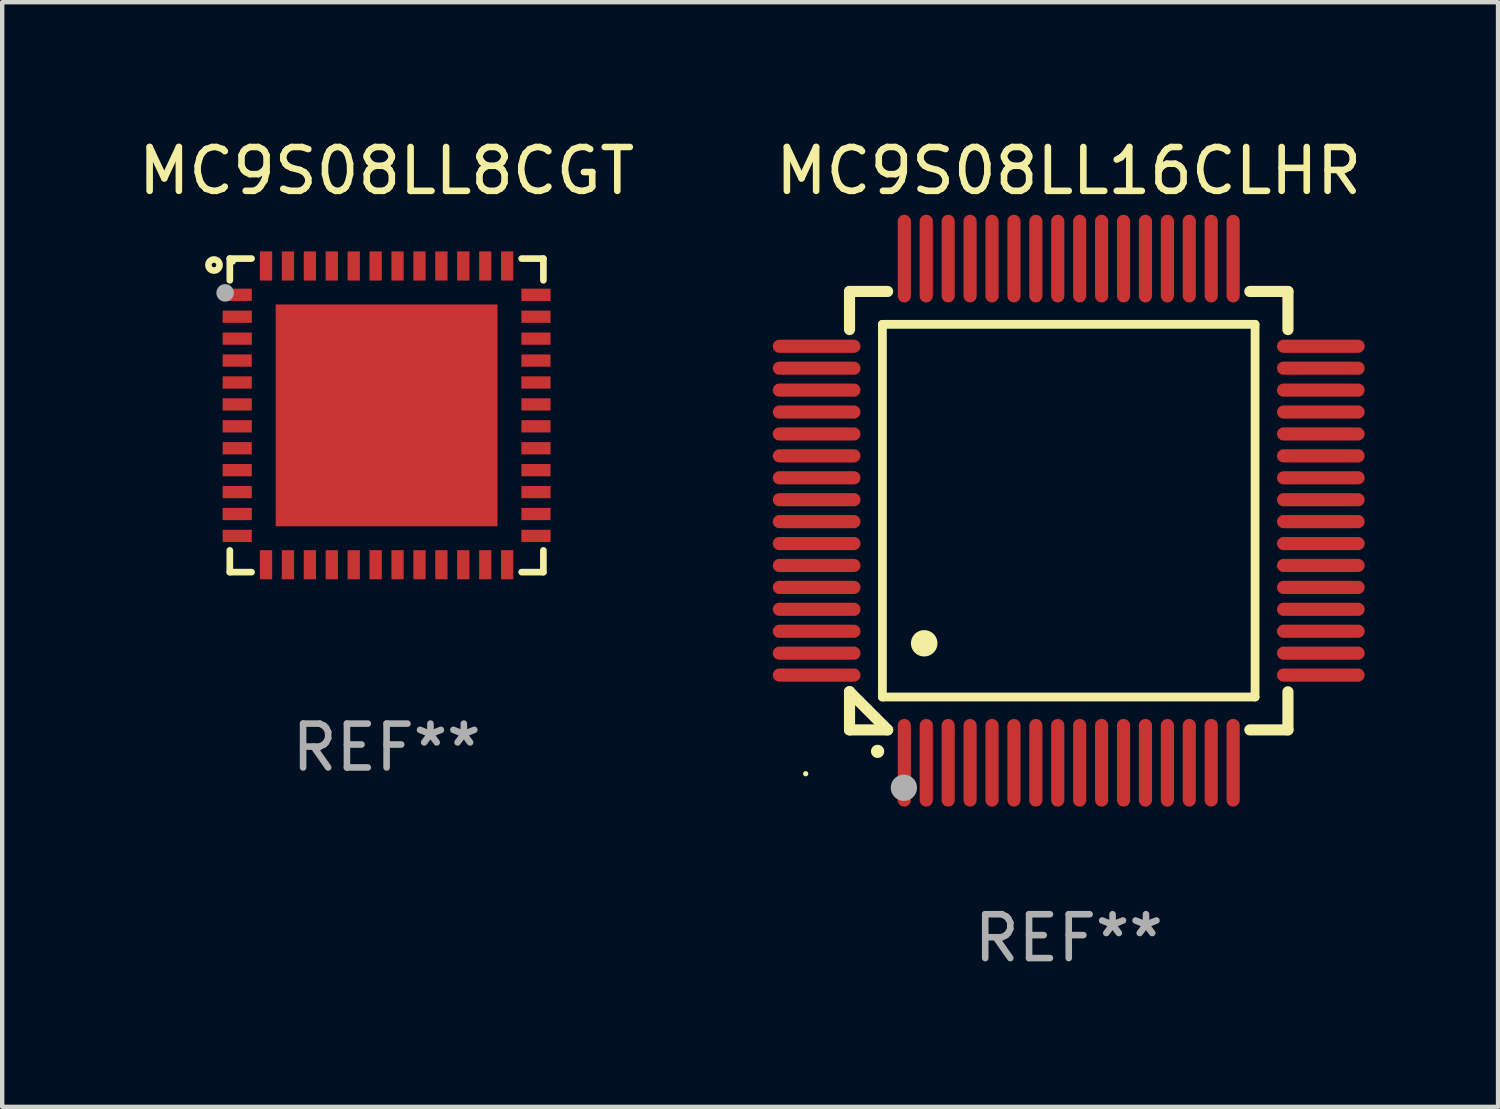
<source format=kicad_pcb>
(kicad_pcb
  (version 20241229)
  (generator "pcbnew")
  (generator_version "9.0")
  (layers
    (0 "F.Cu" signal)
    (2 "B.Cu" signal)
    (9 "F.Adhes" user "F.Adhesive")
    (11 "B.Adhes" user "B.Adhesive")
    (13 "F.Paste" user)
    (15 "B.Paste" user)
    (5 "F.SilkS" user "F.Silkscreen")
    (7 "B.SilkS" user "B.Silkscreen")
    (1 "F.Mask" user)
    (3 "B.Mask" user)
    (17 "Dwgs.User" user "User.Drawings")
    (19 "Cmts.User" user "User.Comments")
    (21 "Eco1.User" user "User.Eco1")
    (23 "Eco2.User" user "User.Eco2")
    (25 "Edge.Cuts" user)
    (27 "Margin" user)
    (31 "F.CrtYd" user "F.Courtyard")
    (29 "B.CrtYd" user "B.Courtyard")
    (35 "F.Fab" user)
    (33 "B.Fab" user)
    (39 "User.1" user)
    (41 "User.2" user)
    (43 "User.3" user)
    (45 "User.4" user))
  (footprint "MC9S08LL8CGT"
    (layer "F.Cu")
    (at 5.768 6.424)
    (property "Reference" "MC9S08LL8CGT" (at 0 -5.576 0) (layer "F.SilkS") (effects (font (size 1 1) (thickness 0.15))))
    (attr through_hole)
    (fp_line (start -3.576 -3.576) (end -3.576 -3.08) (stroke (width 0.152) (type solid)) (layer "F.SilkS"))
    (fp_line (start -3.576 3.576) (end -3.576 3.08) (stroke (width 0.152) (type solid)) (layer "F.SilkS"))
    (fp_line (start -3.08 -3.576) (end -3.576 -3.576) (stroke (width 0.152) (type solid)) (layer "F.SilkS"))
    (fp_line (start -3.08 3.576) (end -3.576 3.576) (stroke (width 0.152) (type solid)) (layer "F.SilkS"))
    (fp_line (start 3.08 -3.576) (end 3.576 -3.576) (stroke (width 0.152) (type solid)) (layer "F.SilkS"))
    (fp_line (start 3.08 3.576) (end 3.576 3.576) (stroke (width 0.152) (type solid)) (layer "F.SilkS"))
    (fp_line (start 3.576 -3.576) (end 3.576 -3.08) (stroke (width 0.152) (type solid)) (layer "F.SilkS"))
    (fp_line (start 3.576 3.576) (end 3.576 3.08) (stroke (width 0.152) (type solid)) (layer "F.SilkS"))
    (fp_circle (center -3.937 -3.429) (end -3.81 -3.429) (stroke (width 0.15) (type solid)) (fill no) (layer "F.SilkS"))
    (fp_circle (center -3.5 -3.5) (end -3.47 -3.5) (stroke (width 0.06) (type solid)) (fill no) (layer "F.SilkS"))
    (fp_circle (center -3.683 -2.794) (end -3.583 -2.794) (stroke (width 0.2) (type solid)) (fill no) (layer "F.Fab"))
    (fp_text user "REF**" (at 0 7.576 0) (layer "F.Fab") (effects (font (size 1 1) (thickness 0.15))))
    (pad "1" smd rect (at -3.407 -2.75) (size 0.665 0.28) (layers "F.Cu" "F.Mask" "F.Paste"))
    (pad "2" smd rect (at -3.407 -2.25) (size 0.665 0.28) (layers "F.Cu" "F.Mask" "F.Paste"))
    (pad "3" smd rect (at -3.407 -1.75) (size 0.665 0.28) (layers "F.Cu" "F.Mask" "F.Paste"))
    (pad "4" smd rect (at -3.407 -1.25) (size 0.665 0.28) (layers "F.Cu" "F.Mask" "F.Paste"))
    (pad "5" smd rect (at -3.407 -0.75) (size 0.665 0.28) (layers "F.Cu" "F.Mask" "F.Paste"))
    (pad "6" smd rect (at -3.407 -0.25) (size 0.665 0.28) (layers "F.Cu" "F.Mask" "F.Paste"))
    (pad "7" smd rect (at -3.407 0.25) (size 0.665 0.28) (layers "F.Cu" "F.Mask" "F.Paste"))
    (pad "8" smd rect (at -3.407 0.75) (size 0.665 0.28) (layers "F.Cu" "F.Mask" "F.Paste"))
    (pad "9" smd rect (at -3.407 1.25) (size 0.665 0.28) (layers "F.Cu" "F.Mask" "F.Paste"))
    (pad "10" smd rect (at -3.407 1.75) (size 0.665 0.28) (layers "F.Cu" "F.Mask" "F.Paste"))
    (pad "11" smd rect (at -3.407 2.25) (size 0.665 0.28) (layers "F.Cu" "F.Mask" "F.Paste"))
    (pad "12" smd rect (at -3.407 2.75) (size 0.665 0.28) (layers "F.Cu" "F.Mask" "F.Paste"))
    (pad "13" smd rect (at -2.75 3.407) (size 0.28 0.665) (layers "F.Cu" "F.Mask" "F.Paste"))
    (pad "14" smd rect (at -2.25 3.407) (size 0.28 0.665) (layers "F.Cu" "F.Mask" "F.Paste"))
    (pad "15" smd rect (at -1.75 3.407) (size 0.28 0.665) (layers "F.Cu" "F.Mask" "F.Paste"))
    (pad "16" smd rect (at -1.25 3.407) (size 0.28 0.665) (layers "F.Cu" "F.Mask" "F.Paste"))
    (pad "17" smd rect (at -0.75 3.407) (size 0.28 0.665) (layers "F.Cu" "F.Mask" "F.Paste"))
    (pad "18" smd rect (at -0.25 3.407) (size 0.28 0.665) (layers "F.Cu" "F.Mask" "F.Paste"))
    (pad "19" smd rect (at 0.25 3.407) (size 0.28 0.665) (layers "F.Cu" "F.Mask" "F.Paste"))
    (pad "20" smd rect (at 0.75 3.407) (size 0.28 0.665) (layers "F.Cu" "F.Mask" "F.Paste"))
    (pad "21" smd rect (at 1.25 3.407) (size 0.28 0.665) (layers "F.Cu" "F.Mask" "F.Paste"))
    (pad "22" smd rect (at 1.75 3.407) (size 0.28 0.665) (layers "F.Cu" "F.Mask" "F.Paste"))
    (pad "23" smd rect (at 2.25 3.407) (size 0.28 0.665) (layers "F.Cu" "F.Mask" "F.Paste"))
    (pad "24" smd rect (at 2.75 3.407) (size 0.28 0.665) (layers "F.Cu" "F.Mask" "F.Paste"))
    (pad "25" smd rect (at 3.407 2.75) (size 0.665 0.28) (layers "F.Cu" "F.Mask" "F.Paste"))
    (pad "26" smd rect (at 3.407 2.25) (size 0.665 0.28) (layers "F.Cu" "F.Mask" "F.Paste"))
    (pad "27" smd rect (at 3.407 1.75) (size 0.665 0.28) (layers "F.Cu" "F.Mask" "F.Paste"))
    (pad "28" smd rect (at 3.407 1.25) (size 0.665 0.28) (layers "F.Cu" "F.Mask" "F.Paste"))
    (pad "29" smd rect (at 3.407 0.75) (size 0.665 0.28) (layers "F.Cu" "F.Mask" "F.Paste"))
    (pad "30" smd rect (at 3.407 0.25) (size 0.665 0.28) (layers "F.Cu" "F.Mask" "F.Paste"))
    (pad "31" smd rect (at 3.407 -0.25) (size 0.665 0.28) (layers "F.Cu" "F.Mask" "F.Paste"))
    (pad "32" smd rect (at 3.407 -0.75) (size 0.665 0.28) (layers "F.Cu" "F.Mask" "F.Paste"))
    (pad "33" smd rect (at 3.407 -1.25) (size 0.665 0.28) (layers "F.Cu" "F.Mask" "F.Paste"))
    (pad "34" smd rect (at 3.407 -1.75) (size 0.665 0.28) (layers "F.Cu" "F.Mask" "F.Paste"))
    (pad "35" smd rect (at 3.407 -2.25) (size 0.665 0.28) (layers "F.Cu" "F.Mask" "F.Paste"))
    (pad "36" smd rect (at 3.407 -2.75) (size 0.665 0.28) (layers "F.Cu" "F.Mask" "F.Paste"))
    (pad "37" smd rect (at 2.75 -3.407) (size 0.28 0.665) (layers "F.Cu" "F.Mask" "F.Paste"))
    (pad "38" smd rect (at 2.25 -3.407) (size 0.28 0.665) (layers "F.Cu" "F.Mask" "F.Paste"))
    (pad "39" smd rect (at 1.75 -3.407) (size 0.28 0.665) (layers "F.Cu" "F.Mask" "F.Paste"))
    (pad "40" smd rect (at 1.25 -3.407) (size 0.28 0.665) (layers "F.Cu" "F.Mask" "F.Paste"))
    (pad "41" smd rect (at 0.75 -3.407) (size 0.28 0.665) (layers "F.Cu" "F.Mask" "F.Paste"))
    (pad "42" smd rect (at 0.25 -3.407) (size 0.28 0.665) (layers "F.Cu" "F.Mask" "F.Paste"))
    (pad "43" smd rect (at -0.25 -3.407) (size 0.28 0.665) (layers "F.Cu" "F.Mask" "F.Paste"))
    (pad "44" smd rect (at -0.75 -3.407) (size 0.28 0.665) (layers "F.Cu" "F.Mask" "F.Paste"))
    (pad "45" smd rect (at -1.25 -3.407) (size 0.28 0.665) (layers "F.Cu" "F.Mask" "F.Paste"))
    (pad "46" smd rect (at -1.75 -3.407) (size 0.28 0.665) (layers "F.Cu" "F.Mask" "F.Paste"))
    (pad "47" smd rect (at -2.25 -3.407) (size 0.28 0.665) (layers "F.Cu" "F.Mask" "F.Paste"))
    (pad "48" smd rect (at -2.75 -3.407) (size 0.28 0.665) (layers "F.Cu" "F.Mask" "F.Paste"))
    (pad "49" smd rect (at 0 0) (size 5.06 5.06) (layers "F.Cu" "F.Mask" "F.Paste")))
  (footprint "MC9S08LL16CLHR"
    (layer "F.Cu")
    (at 21.327 8.598)
    (property "Reference" "MC9S08LL16CLHR" (at 0 -7.75 0) (layer "F.SilkS") (effects (font (size 1 1) (thickness 0.15))))
    (attr through_hole)
    (fp_line (start -5 -5) (end -4.131 -5) (stroke (width 0.254) (type solid)) (layer "F.SilkS"))
    (fp_line (start -5 -4.131) (end -5 -5) (stroke (width 0.254) (type solid)) (layer "F.SilkS"))
    (fp_line (start -5 4.131) (end -5 4.131) (stroke (width 0.254) (type solid)) (layer "F.SilkS"))
    (fp_line (start -5 5) (end -5 4.131) (stroke (width 0.254) (type solid)) (layer "F.SilkS"))
    (fp_line (start -5 4.131) (end -4.131 5) (stroke (width 0.254) (type solid)) (layer "F.SilkS"))
    (fp_line (start -4.25 -4.25) (end -4.25 4.25) (stroke (width 0.2) (type solid)) (layer "F.SilkS"))
    (fp_line (start -4.25 4.25) (end 4.25 4.25) (stroke (width 0.2) (type solid)) (layer "F.SilkS"))
    (fp_line (start -4.131 5) (end -5 5) (stroke (width 0.254) (type solid)) (layer "F.SilkS"))
    (fp_line (start 4.25 -4.25) (end -4.25 -4.25) (stroke (width 0.2) (type solid)) (layer "F.SilkS"))
    (fp_line (start 4.25 4.25) (end 4.25 -4.25) (stroke (width 0.2) (type solid)) (layer "F.SilkS"))
    (fp_line (start 5 -5) (end 4.131 -5) (stroke (width 0.254) (type solid)) (layer "F.SilkS"))
    (fp_line (start 5 -5) (end 5 -4.131) (stroke (width 0.254) (type solid)) (layer "F.SilkS"))
    (fp_line (start 5 4.131) (end 5 5) (stroke (width 0.254) (type solid)) (layer "F.SilkS"))
    (fp_line (start 5 5) (end 4.131 5) (stroke (width 0.254) (type solid)) (layer "F.SilkS"))
    (fp_arc (start -4.361265 5.489992) (mid -4.359995 5.489987) (end -4.358725 5.489992) (stroke (width 0.3) (type solid)) (layer "F.SilkS"))
    (fp_arc (start -3.299467 3.025146) (mid -3.296927 3.025135) (end -3.294387 3.025146) (stroke (width 0.6) (type solid)) (layer "F.SilkS"))
    (fp_circle (center -6 6) (end -5.97 6) (stroke (width 0.06) (type solid)) (fill no) (layer "F.SilkS"))
    (fp_circle (center -3.76 6.32) (end -3.61 6.32) (stroke (width 0.3) (type solid)) (fill no) (layer "F.Fab"))
    (fp_text user "REF**" (at 0 9.75 0) (layer "F.Fab") (effects (font (size 1 1) (thickness 0.15))))
    (pad "1" smd oval (at -3.75 5.75) (size 0.3 2) (layers "F.Cu" "F.Mask" "F.Paste"))
    (pad "2" smd oval (at -3.25 5.75) (size 0.3 2) (layers "F.Cu" "F.Mask" "F.Paste"))
    (pad "3" smd oval (at -2.75 5.75) (size 0.3 2) (layers "F.Cu" "F.Mask" "F.Paste"))
    (pad "4" smd oval (at -2.25 5.75) (size 0.3 2) (layers "F.Cu" "F.Mask" "F.Paste"))
    (pad "5" smd oval (at -1.75 5.75) (size 0.3 2) (layers "F.Cu" "F.Mask" "F.Paste"))
    (pad "6" smd oval (at -1.25 5.75) (size 0.3 2) (layers "F.Cu" "F.Mask" "F.Paste"))
    (pad "7" smd oval (at -0.75 5.75) (size 0.3 2) (layers "F.Cu" "F.Mask" "F.Paste"))
    (pad "8" smd oval (at -0.25 5.75) (size 0.3 2) (layers "F.Cu" "F.Mask" "F.Paste"))
    (pad "9" smd oval (at 0.25 5.75) (size 0.3 2) (layers "F.Cu" "F.Mask" "F.Paste"))
    (pad "10" smd oval (at 0.75 5.75) (size 0.3 2) (layers "F.Cu" "F.Mask" "F.Paste"))
    (pad "11" smd oval (at 1.25 5.75) (size 0.3 2) (layers "F.Cu" "F.Mask" "F.Paste"))
    (pad "12" smd oval (at 1.75 5.75) (size 0.3 2) (layers "F.Cu" "F.Mask" "F.Paste"))
    (pad "13" smd oval (at 2.25 5.75) (size 0.3 2) (layers "F.Cu" "F.Mask" "F.Paste"))
    (pad "14" smd oval (at 2.75 5.75) (size 0.3 2) (layers "F.Cu" "F.Mask" "F.Paste"))
    (pad "15" smd oval (at 3.25 5.75) (size 0.3 2) (layers "F.Cu" "F.Mask" "F.Paste"))
    (pad "16" smd oval (at 3.75 5.75) (size 0.3 2) (layers "F.Cu" "F.Mask" "F.Paste"))
    (pad "17" smd oval (at 5.75 3.75) (size 2 0.3) (layers "F.Cu" "F.Mask" "F.Paste"))
    (pad "18" smd oval (at 5.75 3.25) (size 2 0.3) (layers "F.Cu" "F.Mask" "F.Paste"))
    (pad "19" smd oval (at 5.75 2.75) (size 2 0.3) (layers "F.Cu" "F.Mask" "F.Paste"))
    (pad "20" smd oval (at 5.75 2.25) (size 2 0.3) (layers "F.Cu" "F.Mask" "F.Paste"))
    (pad "21" smd oval (at 5.75 1.75) (size 2 0.3) (layers "F.Cu" "F.Mask" "F.Paste"))
    (pad "22" smd oval (at 5.75 1.25) (size 2 0.3) (layers "F.Cu" "F.Mask" "F.Paste"))
    (pad "23" smd oval (at 5.75 0.75) (size 2 0.3) (layers "F.Cu" "F.Mask" "F.Paste"))
    (pad "24" smd oval (at 5.75 0.25) (size 2 0.3) (layers "F.Cu" "F.Mask" "F.Paste"))
    (pad "25" smd oval (at 5.75 -0.25) (size 2 0.3) (layers "F.Cu" "F.Mask" "F.Paste"))
    (pad "26" smd oval (at 5.75 -0.75) (size 2 0.3) (layers "F.Cu" "F.Mask" "F.Paste"))
    (pad "27" smd oval (at 5.75 -1.25) (size 2 0.3) (layers "F.Cu" "F.Mask" "F.Paste"))
    (pad "28" smd oval (at 5.75 -1.75) (size 2 0.3) (layers "F.Cu" "F.Mask" "F.Paste"))
    (pad "29" smd oval (at 5.75 -2.25) (size 2 0.3) (layers "F.Cu" "F.Mask" "F.Paste"))
    (pad "30" smd oval (at 5.75 -2.75) (size 2 0.3) (layers "F.Cu" "F.Mask" "F.Paste"))
    (pad "31" smd oval (at 5.75 -3.25) (size 2 0.3) (layers "F.Cu" "F.Mask" "F.Paste"))
    (pad "32" smd oval (at 5.75 -3.75) (size 2 0.3) (layers "F.Cu" "F.Mask" "F.Paste"))
    (pad "33" smd oval (at 3.75 -5.75) (size 0.3 2) (layers "F.Cu" "F.Mask" "F.Paste"))
    (pad "34" smd oval (at 3.25 -5.75) (size 0.3 2) (layers "F.Cu" "F.Mask" "F.Paste"))
    (pad "35" smd oval (at 2.75 -5.75) (size 0.3 2) (layers "F.Cu" "F.Mask" "F.Paste"))
    (pad "36" smd oval (at 2.25 -5.75) (size 0.3 2) (layers "F.Cu" "F.Mask" "F.Paste"))
    (pad "37" smd oval (at 1.75 -5.75) (size 0.3 2) (layers "F.Cu" "F.Mask" "F.Paste"))
    (pad "38" smd oval (at 1.25 -5.75) (size 0.3 2) (layers "F.Cu" "F.Mask" "F.Paste"))
    (pad "39" smd oval (at 0.75 -5.75) (size 0.3 2) (layers "F.Cu" "F.Mask" "F.Paste"))
    (pad "40" smd oval (at 0.25 -5.75) (size 0.3 2) (layers "F.Cu" "F.Mask" "F.Paste"))
    (pad "41" smd oval (at -0.25 -5.75) (size 0.3 2) (layers "F.Cu" "F.Mask" "F.Paste"))
    (pad "42" smd oval (at -0.75 -5.75) (size 0.3 2) (layers "F.Cu" "F.Mask" "F.Paste"))
    (pad "43" smd oval (at -1.25 -5.75) (size 0.3 2) (layers "F.Cu" "F.Mask" "F.Paste"))
    (pad "44" smd oval (at -1.75 -5.75) (size 0.3 2) (layers "F.Cu" "F.Mask" "F.Paste"))
    (pad "45" smd oval (at -2.25 -5.75) (size 0.3 2) (layers "F.Cu" "F.Mask" "F.Paste"))
    (pad "46" smd oval (at -2.75 -5.75) (size 0.3 2) (layers "F.Cu" "F.Mask" "F.Paste"))
    (pad "47" smd oval (at -3.25 -5.75) (size 0.3 2) (layers "F.Cu" "F.Mask" "F.Paste"))
    (pad "48" smd oval (at -3.75 -5.75) (size 0.3 2) (layers "F.Cu" "F.Mask" "F.Paste"))
    (pad "49" smd oval (at -5.75 -3.75) (size 2 0.3) (layers "F.Cu" "F.Mask" "F.Paste"))
    (pad "50" smd oval (at -5.75 -3.25) (size 2 0.3) (layers "F.Cu" "F.Mask" "F.Paste"))
    (pad "51" smd oval (at -5.75 -2.75) (size 2 0.3) (layers "F.Cu" "F.Mask" "F.Paste"))
    (pad "52" smd oval (at -5.75 -2.25) (size 2 0.3) (layers "F.Cu" "F.Mask" "F.Paste"))
    (pad "53" smd oval (at -5.75 -1.75) (size 2 0.3) (layers "F.Cu" "F.Mask" "F.Paste"))
    (pad "54" smd oval (at -5.75 -1.25) (size 2 0.3) (layers "F.Cu" "F.Mask" "F.Paste"))
    (pad "55" smd oval (at -5.75 -0.75) (size 2 0.3) (layers "F.Cu" "F.Mask" "F.Paste"))
    (pad "56" smd oval (at -5.75 -0.25) (size 2 0.3) (layers "F.Cu" "F.Mask" "F.Paste"))
    (pad "57" smd oval (at -5.75 0.25) (size 2 0.3) (layers "F.Cu" "F.Mask" "F.Paste"))
    (pad "58" smd oval (at -5.75 0.75) (size 2 0.3) (layers "F.Cu" "F.Mask" "F.Paste"))
    (pad "59" smd oval (at -5.75 1.25) (size 2 0.3) (layers "F.Cu" "F.Mask" "F.Paste"))
    (pad "60" smd oval (at -5.75 1.75) (size 2 0.3) (layers "F.Cu" "F.Mask" "F.Paste"))
    (pad "61" smd oval (at -5.75 2.25) (size 2 0.3) (layers "F.Cu" "F.Mask" "F.Paste"))
    (pad "62" smd oval (at -5.75 2.75) (size 2 0.3) (layers "F.Cu" "F.Mask" "F.Paste"))
    (pad "63" smd oval (at -5.75 3.25) (size 2 0.3) (layers "F.Cu" "F.Mask" "F.Paste"))
    (pad "64" smd oval (at -5.75 3.75) (size 2 0.3) (layers "F.Cu" "F.Mask" "F.Paste")))
  (gr_rect
    (start -3 -3)
    (end 31.119 22.196)
    (stroke (width 0.1) (type default))
    (fill no)
    (layer "Edge.Cuts")))
</source>
